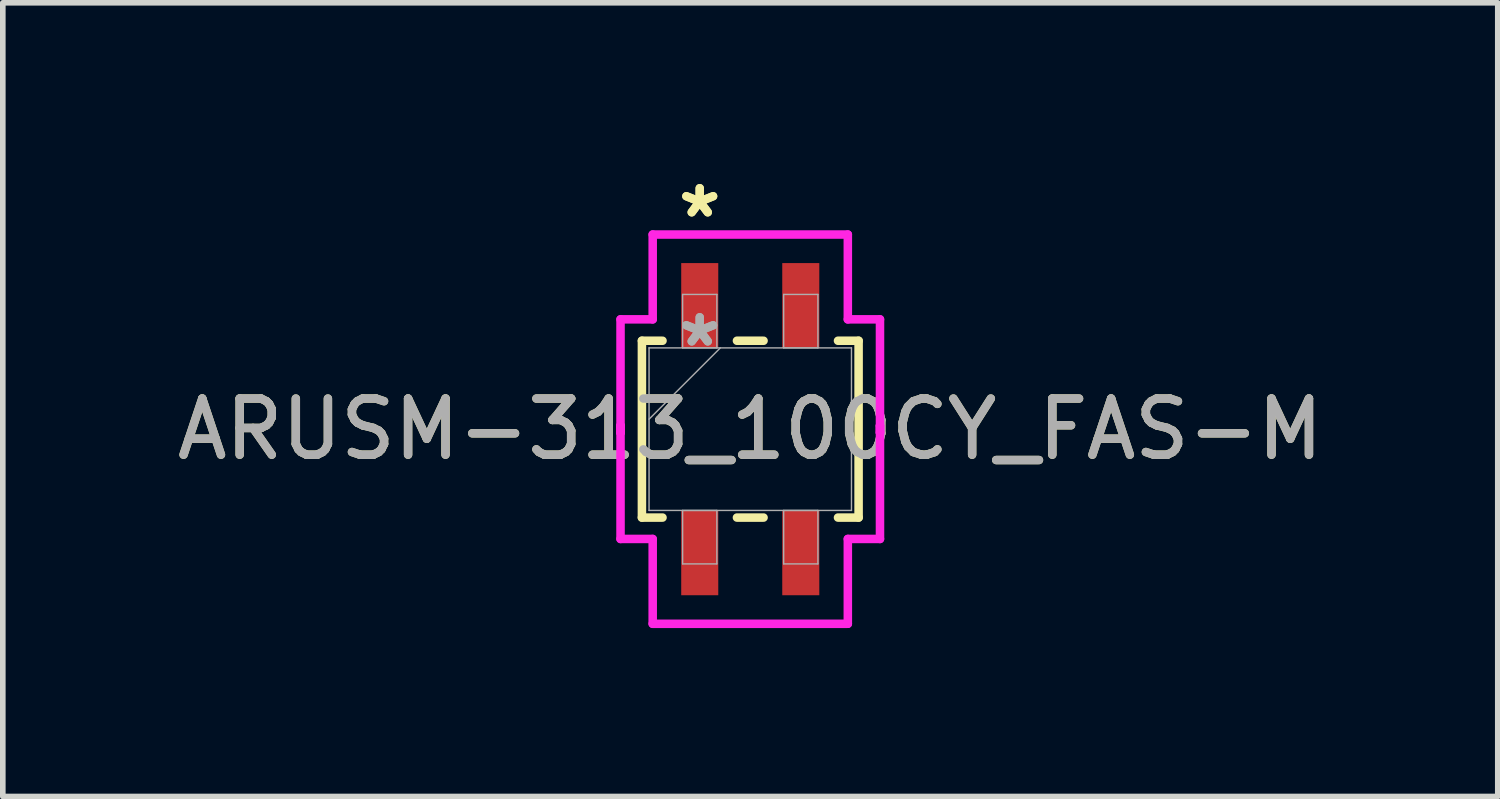
<source format=kicad_pcb>
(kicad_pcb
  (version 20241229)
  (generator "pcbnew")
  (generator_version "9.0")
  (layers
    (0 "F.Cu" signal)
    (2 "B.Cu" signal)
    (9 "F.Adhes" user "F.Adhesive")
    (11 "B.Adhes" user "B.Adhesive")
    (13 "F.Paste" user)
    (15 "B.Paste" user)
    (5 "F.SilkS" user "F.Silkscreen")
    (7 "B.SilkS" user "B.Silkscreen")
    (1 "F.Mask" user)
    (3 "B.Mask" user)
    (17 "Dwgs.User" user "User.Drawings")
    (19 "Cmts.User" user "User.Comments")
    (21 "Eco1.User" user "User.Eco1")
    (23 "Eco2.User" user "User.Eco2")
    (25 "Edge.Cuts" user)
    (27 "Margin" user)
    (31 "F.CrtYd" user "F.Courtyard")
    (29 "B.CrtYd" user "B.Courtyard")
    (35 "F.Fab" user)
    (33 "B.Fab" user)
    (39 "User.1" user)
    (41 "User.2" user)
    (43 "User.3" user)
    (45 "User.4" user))
  (footprint "ARUSM-313_100CY_FAS-M"
    (layer "F.Cu")
    (at 10.315 4.595)
    (property "Reference" "ARUSM-313_100CY_FAS-M" (at 0 0 0) (unlocked yes) (layer "F.SilkS") (effects (font (size 1 1) (thickness 0.15))))
    (attr smd)
    (fp_line (start -1.93 -1.575) (end -1.93 1.575) (stroke (width 0.152) (type solid)) (layer "F.SilkS"))
    (fp_line (start -1.93 1.575) (end -1.563 1.575) (stroke (width 0.152) (type solid)) (layer "F.SilkS"))
    (fp_line (start -1.563 -1.575) (end -1.93 -1.575) (stroke (width 0.152) (type solid)) (layer "F.SilkS"))
    (fp_line (start -0.237 1.575) (end 0.237 1.575) (stroke (width 0.152) (type solid)) (layer "F.SilkS"))
    (fp_line (start 0.237 -1.575) (end -0.237 -1.575) (stroke (width 0.152) (type solid)) (layer "F.SilkS"))
    (fp_line (start 1.563 1.575) (end 1.93 1.575) (stroke (width 0.152) (type solid)) (layer "F.SilkS"))
    (fp_line (start 1.93 -1.575) (end 1.563 -1.575) (stroke (width 0.152) (type solid)) (layer "F.SilkS"))
    (fp_line (start 1.93 1.575) (end 1.93 -1.575) (stroke (width 0.152) (type solid)) (layer "F.SilkS"))
    (fp_line (start -2.311 -1.956) (end -1.738 -1.956) (stroke (width 0.152) (type solid)) (layer "F.CrtYd"))
    (fp_line (start -2.311 -0.062) (end -2.311 -0.062) (stroke (width 0.152) (type solid)) (layer "F.CrtYd"))
    (fp_line (start -2.311 -0.062) (end -2.311 0.062) (stroke (width 0.152) (type solid)) (layer "F.CrtYd"))
    (fp_line (start -2.311 0.062) (end -2.311 -1.956) (stroke (width 0.152) (type solid)) (layer "F.CrtYd"))
    (fp_line (start -2.311 0.062) (end -2.311 0.062) (stroke (width 0.152) (type solid)) (layer "F.CrtYd"))
    (fp_line (start -2.311 1.956) (end -2.311 -0.062) (stroke (width 0.152) (type solid)) (layer "F.CrtYd"))
    (fp_line (start -2.311 1.956) (end -1.738 1.956) (stroke (width 0.152) (type solid)) (layer "F.CrtYd"))
    (fp_line (start -1.738 -3.467) (end 1.738 -3.467) (stroke (width 0.152) (type solid)) (layer "F.CrtYd"))
    (fp_line (start -1.738 -1.956) (end -1.738 -3.467) (stroke (width 0.152) (type solid)) (layer "F.CrtYd"))
    (fp_line (start -1.738 1.956) (end -1.738 3.467) (stroke (width 0.152) (type solid)) (layer "F.CrtYd"))
    (fp_line (start -1.738 3.467) (end 1.738 3.467) (stroke (width 0.152) (type solid)) (layer "F.CrtYd"))
    (fp_line (start 1.738 -3.467) (end 1.738 -1.956) (stroke (width 0.152) (type solid)) (layer "F.CrtYd"))
    (fp_line (start 1.738 -1.956) (end 2.311 -1.956) (stroke (width 0.152) (type solid)) (layer "F.CrtYd"))
    (fp_line (start 1.738 1.956) (end 2.311 1.956) (stroke (width 0.152) (type solid)) (layer "F.CrtYd"))
    (fp_line (start 1.738 3.467) (end 1.738 1.956) (stroke (width 0.152) (type solid)) (layer "F.CrtYd"))
    (fp_line (start 2.311 -0.062) (end 2.311 -0.062) (stroke (width 0.152) (type solid)) (layer "F.CrtYd"))
    (fp_line (start 2.311 -0.062) (end 2.311 0.062) (stroke (width 0.152) (type solid)) (layer "F.CrtYd"))
    (fp_line (start 2.311 0.062) (end 2.311 -1.956) (stroke (width 0.152) (type solid)) (layer "F.CrtYd"))
    (fp_line (start 2.311 0.062) (end 2.311 0.062) (stroke (width 0.152) (type solid)) (layer "F.CrtYd"))
    (fp_line (start 2.311 1.956) (end 2.311 -0.062) (stroke (width 0.152) (type solid)) (layer "F.CrtYd"))
    (fp_line (start -1.803 -1.448) (end -1.803 1.448) (stroke (width 0.025) (type solid)) (layer "F.Fab"))
    (fp_line (start -1.803 -0.178) (end -0.533 -1.448) (stroke (width 0.025) (type solid)) (layer "F.Fab"))
    (fp_line (start -1.803 1.448) (end 1.803 1.448) (stroke (width 0.025) (type solid)) (layer "F.Fab"))
    (fp_line (start -1.205 -2.4) (end -1.205 -1.448) (stroke (width 0.025) (type solid)) (layer "F.Fab"))
    (fp_line (start -1.205 -1.448) (end -0.595 -1.448) (stroke (width 0.025) (type solid)) (layer "F.Fab"))
    (fp_line (start -1.205 1.448) (end -1.205 2.4) (stroke (width 0.025) (type solid)) (layer "F.Fab"))
    (fp_line (start -1.205 2.4) (end -0.595 2.4) (stroke (width 0.025) (type solid)) (layer "F.Fab"))
    (fp_line (start -0.595 -2.4) (end -1.205 -2.4) (stroke (width 0.025) (type solid)) (layer "F.Fab"))
    (fp_line (start -0.595 -1.448) (end -0.595 -2.4) (stroke (width 0.025) (type solid)) (layer "F.Fab"))
    (fp_line (start -0.595 1.448) (end -1.205 1.448) (stroke (width 0.025) (type solid)) (layer "F.Fab"))
    (fp_line (start -0.595 2.4) (end -0.595 1.448) (stroke (width 0.025) (type solid)) (layer "F.Fab"))
    (fp_line (start 0.595 -2.4) (end 0.595 -1.448) (stroke (width 0.025) (type solid)) (layer "F.Fab"))
    (fp_line (start 0.595 -1.448) (end 1.205 -1.448) (stroke (width 0.025) (type solid)) (layer "F.Fab"))
    (fp_line (start 0.595 1.448) (end 0.595 2.4) (stroke (width 0.025) (type solid)) (layer "F.Fab"))
    (fp_line (start 0.595 2.4) (end 1.205 2.4) (stroke (width 0.025) (type solid)) (layer "F.Fab"))
    (fp_line (start 1.205 -2.4) (end 0.595 -2.4) (stroke (width 0.025) (type solid)) (layer "F.Fab"))
    (fp_line (start 1.205 -1.448) (end 1.205 -2.4) (stroke (width 0.025) (type solid)) (layer "F.Fab"))
    (fp_line (start 1.205 1.448) (end 0.595 1.448) (stroke (width 0.025) (type solid)) (layer "F.Fab"))
    (fp_line (start 1.205 2.4) (end 1.205 1.448) (stroke (width 0.025) (type solid)) (layer "F.Fab"))
    (fp_line (start 1.803 -1.448) (end -1.803 -1.448) (stroke (width 0.025) (type solid)) (layer "F.Fab"))
    (fp_line (start 1.803 1.448) (end 1.803 -1.448) (stroke (width 0.025) (type solid)) (layer "F.Fab"))
    (fp_text user "*" (at -0.9 -3.747 0) (unlocked yes) (layer "F.SilkS") (effects (font (size 1 1) (thickness 0.15))))
    (fp_text user "*" (at -0.9 -3.747 0) (layer "F.SilkS") (effects (font (size 1 1) (thickness 0.15))))
    (fp_text user "*" (at -0.9 -1.448 0) (layer "F.Fab") (effects (font (size 1 1) (thickness 0.15))))
    (fp_text user "*" (at -0.9 -1.448 0) (unlocked yes) (layer "F.Fab") (effects (font (size 1 1) (thickness 0.15))))
    (fp_text user "${REFERENCE}" (at 0 0 0) (unlocked yes) (layer "F.Fab") (effects (font (size 1 1) (thickness 0.15))))
    (pad "1" smd rect (at -0.9 -2.203) (size 0.66 1.511) (layers "F.Cu" "F.Mask" "F.Paste"))
    (pad "2" smd rect (at -0.9 2.203) (size 0.66 1.511) (layers "F.Cu" "F.Mask" "F.Paste"))
    (pad "3" smd rect (at 0.9 2.203) (size 0.66 1.511) (layers "F.Cu" "F.Mask" "F.Paste"))
    (pad "4" smd rect (at 0.9 -2.203) (size 0.66 1.511) (layers "F.Cu" "F.Mask" "F.Paste")))
  (gr_rect
    (start -3 -3)
    (end 23.631 11.138)
    (stroke (width 0.1) (type default))
    (fill no)
    (layer "Edge.Cuts")))
</source>
